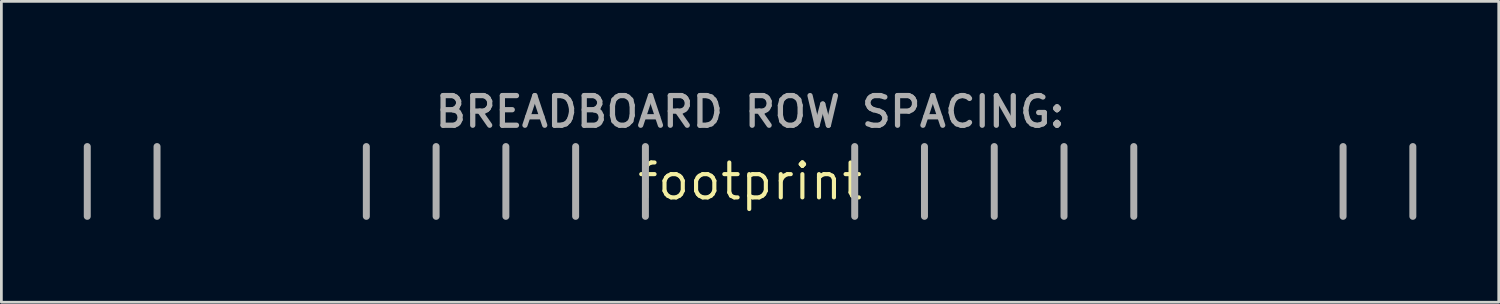
<source format=kicad_pcb>
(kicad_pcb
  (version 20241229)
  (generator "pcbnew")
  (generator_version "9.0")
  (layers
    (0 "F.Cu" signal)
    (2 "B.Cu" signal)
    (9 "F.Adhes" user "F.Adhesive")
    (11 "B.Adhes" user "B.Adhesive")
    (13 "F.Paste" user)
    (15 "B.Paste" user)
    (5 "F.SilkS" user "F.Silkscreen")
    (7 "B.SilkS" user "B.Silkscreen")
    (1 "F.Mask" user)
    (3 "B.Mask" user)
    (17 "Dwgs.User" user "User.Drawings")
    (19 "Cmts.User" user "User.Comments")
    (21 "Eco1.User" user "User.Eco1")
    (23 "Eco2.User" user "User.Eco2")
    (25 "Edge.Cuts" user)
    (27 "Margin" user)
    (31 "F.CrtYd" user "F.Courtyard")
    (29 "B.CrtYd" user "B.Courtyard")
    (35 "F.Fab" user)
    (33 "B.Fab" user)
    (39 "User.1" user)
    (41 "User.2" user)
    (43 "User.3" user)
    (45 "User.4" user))
  (footprint "footprint"
    (layer "F.Cu")
    (at 24.257 3.556)
    (property "Reference" "footprint" (at 0 0 0) (layer "F.SilkS") (effects (font (size 1.27 1.27) (thickness 0.15))))
    (fp_line (start -24.13 -1.27) (end -24.13 1.27) (stroke (width 0.254) (type solid)) (layer "F.Fab"))
    (fp_line (start -21.59 -1.27) (end -21.59 1.27) (stroke (width 0.254) (type solid)) (layer "F.Fab"))
    (fp_line (start -13.97 -1.27) (end -13.97 1.27) (stroke (width 0.254) (type solid)) (layer "F.Fab"))
    (fp_line (start -11.43 -1.27) (end -11.43 1.27) (stroke (width 0.254) (type solid)) (layer "F.Fab"))
    (fp_line (start -8.89 -1.27) (end -8.89 1.27) (stroke (width 0.254) (type solid)) (layer "F.Fab"))
    (fp_line (start -6.35 -1.27) (end -6.35 1.27) (stroke (width 0.254) (type solid)) (layer "F.Fab"))
    (fp_line (start -3.81 -1.27) (end -3.81 1.27) (stroke (width 0.254) (type solid)) (layer "F.Fab"))
    (fp_line (start 3.81 -1.27) (end 3.81 1.27) (stroke (width 0.254) (type solid)) (layer "F.Fab"))
    (fp_line (start 6.35 -1.27) (end 6.35 1.27) (stroke (width 0.254) (type solid)) (layer "F.Fab"))
    (fp_line (start 8.89 -1.27) (end 8.89 1.27) (stroke (width 0.254) (type solid)) (layer "F.Fab"))
    (fp_line (start 11.43 -1.27) (end 11.43 1.27) (stroke (width 0.254) (type solid)) (layer "F.Fab"))
    (fp_line (start 13.97 -1.27) (end 13.97 1.27) (stroke (width 0.254) (type solid)) (layer "F.Fab"))
    (fp_line (start 21.59 -1.27) (end 21.59 1.27) (stroke (width 0.254) (type solid)) (layer "F.Fab"))
    (fp_line (start 24.13 -1.27) (end 24.13 1.27) (stroke (width 0.254) (type solid)) (layer "F.Fab"))
    (fp_text user "BREADBOARD ROW SPACING:" (at 0 -1.905 0) (layer "F.Fab") (effects (font (size 1.079 1.079) (thickness 0.191)) (justify bottom))))
  (gr_rect
    (start -3 -3)
    (end 51.514 7.953)
    (stroke (width 0.1) (type default))
    (fill no)
    (layer "Edge.Cuts")))
</source>
